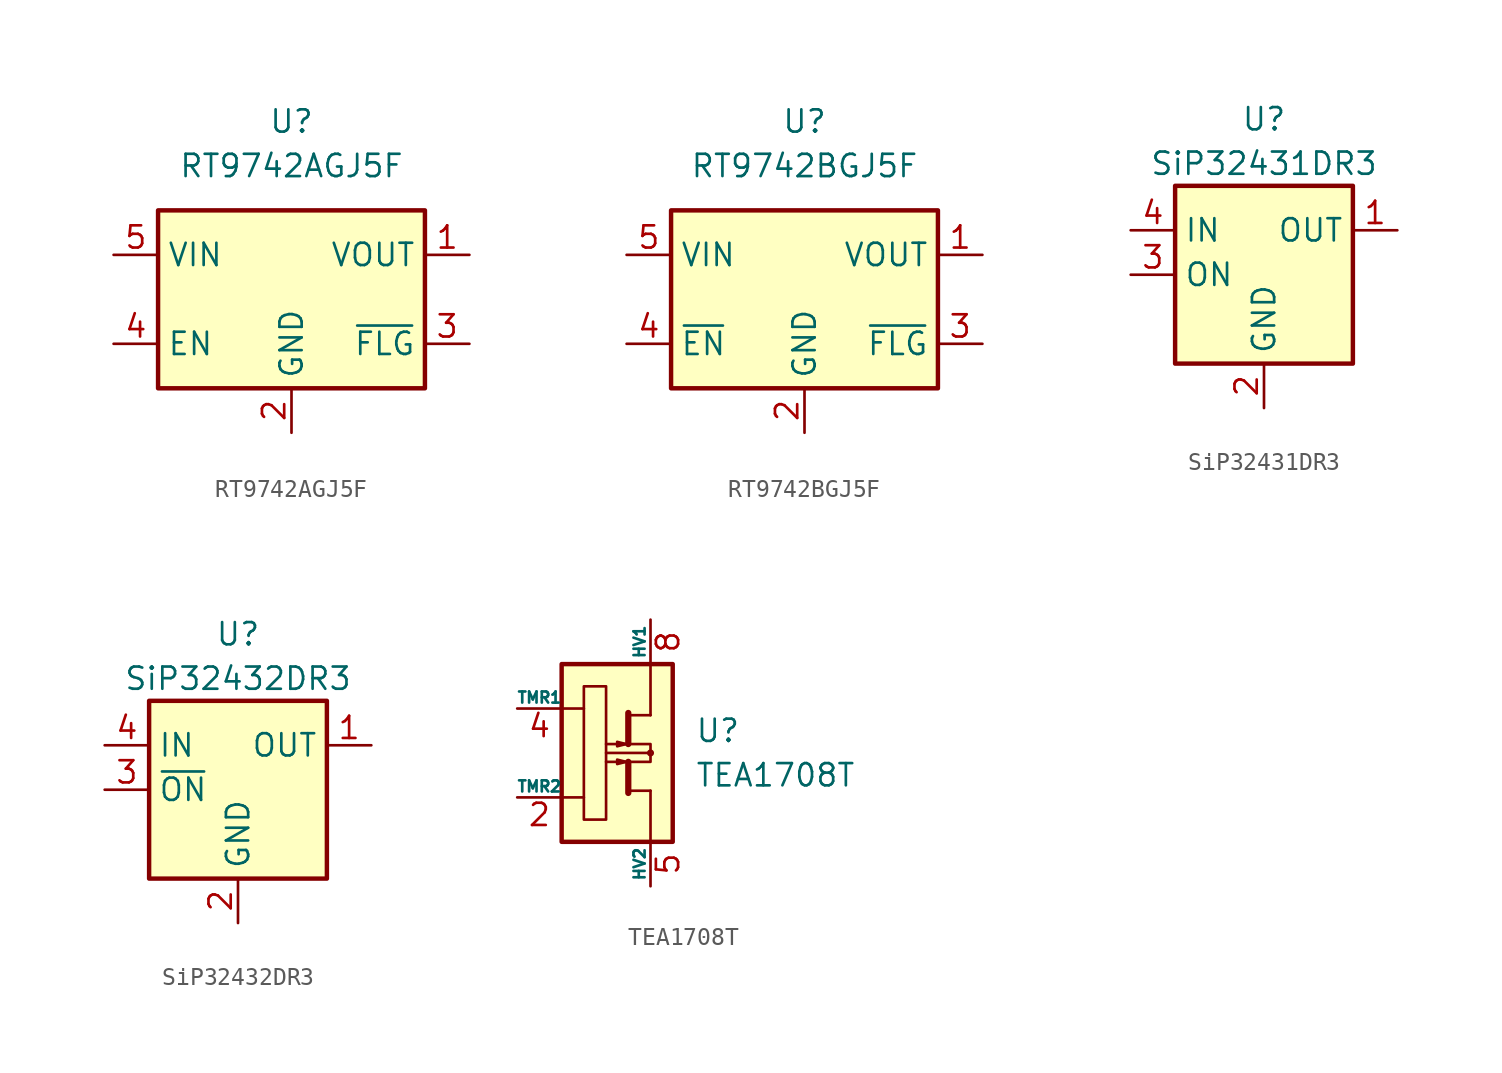
<source format=kicad_sym>
(kicad_symbol_lib
  (version 20211014)
  (generator kicad_symbol_editor)
  (symbol "RT9742AGJ5F"
    (property "Reference" "U"
      (at 0 10.16 0)
      (effects (font (size 1.27 1.27))))
    (property "Value" "RT9742AGJ5F"
      (at 0 7.62 0)
      (effects (font (size 1.27 1.27))))
    (symbol "RT9742AGJ5F_0_1"
      (rectangle (start -7.62 5.08) (end 7.62 -5.08) (stroke (width 0.254) (type default) (color 0 0 0 0)) (fill (type background))))
    (symbol "RT9742AGJ5F_1_1"
      (pin power_out line (at 10.16 2.54 180) (length 2.54) (name "VOUT" (effects (font (size 1.27 1.27)))) (number "1" (effects (font (size 1.27 1.27)))))
      (pin power_in line (at 0 -7.62 90) (length 2.54) (name "GND" (effects (font (size 1.27 1.27)))) (number "2" (effects (font (size 1.27 1.27)))))
      (pin open_collector line (at 10.16 -2.54 180) (length 2.54) (name "~{FLG}" (effects (font (size 1.27 1.27)))) (number "3" (effects (font (size 1.27 1.27)))))
      (pin input line (at -10.16 -2.54 0) (length 2.54) (name "EN" (effects (font (size 1.27 1.27)))) (number "4" (effects (font (size 1.27 1.27)))))
      (pin power_in line (at -10.16 2.54 0) (length 2.54) (name "VIN" (effects (font (size 1.27 1.27)))) (number "5" (effects (font (size 1.27 1.27)))))))
  (symbol "RT9742BGJ5F"
    (property "Reference" "U"
      (at 0 10.16 0)
      (effects (font (size 1.27 1.27))))
    (property "Value" "RT9742BGJ5F"
      (at 0 7.62 0)
      (effects (font (size 1.27 1.27))))
    (symbol "RT9742BGJ5F_0_1"
      (rectangle (start -7.62 5.08) (end 7.62 -5.08) (stroke (width 0.254) (type default) (color 0 0 0 0)) (fill (type background))))
    (symbol "RT9742BGJ5F_1_1"
      (pin power_out line (at 10.16 2.54 180) (length 2.54) (name "VOUT" (effects (font (size 1.27 1.27)))) (number "1" (effects (font (size 1.27 1.27)))))
      (pin power_in line (at 0 -7.62 90) (length 2.54) (name "GND" (effects (font (size 1.27 1.27)))) (number "2" (effects (font (size 1.27 1.27)))))
      (pin open_collector line (at 10.16 -2.54 180) (length 2.54) (name "~{FLG}" (effects (font (size 1.27 1.27)))) (number "3" (effects (font (size 1.27 1.27)))))
      (pin input line (at -10.16 -2.54 0) (length 2.54) (name "~{EN}" (effects (font (size 1.27 1.27)))) (number "4" (effects (font (size 1.27 1.27)))))
      (pin power_in line (at -10.16 2.54 0) (length 2.54) (name "VIN" (effects (font (size 1.27 1.27)))) (number "5" (effects (font (size 1.27 1.27)))))))
  (symbol "SiP32431DR3"
    (property "Reference" "U"
      (at 0 8.89 0)
      (effects (font (size 1.27 1.27))))
    (property "Value" "SiP32431DR3"
      (at 0 6.35 0)
      (effects (font (size 1.27 1.27))))
    (symbol "SiP32431DR3_0_1"
      (rectangle (start -5.08 5.08) (end 5.08 -5.08) (stroke (width 0.254) (type default) (color 0 0 0 0)) (fill (type background))))
    (symbol "SiP32431DR3_1_1"
      (pin passive line (at 7.62 2.54 180) (length 2.54) (name "OUT" (effects (font (size 1.27 1.27)))) (number "1" (effects (font (size 1.27 1.27)))))
      (pin power_in line (at 0 -7.62 90) (length 2.54) (name "GND" (effects (font (size 1.27 1.27)))) (number "2" (effects (font (size 1.27 1.27)))))
      (pin input line (at -7.62 0 0) (length 2.54) (name "ON" (effects (font (size 1.27 1.27)))) (number "3" (effects (font (size 1.27 1.27)))))
      (pin passive line (at -7.62 2.54 0) (length 2.54) (name "IN" (effects (font (size 1.27 1.27)))) (number "4" (effects (font (size 1.27 1.27)))))
      (pin passive line (at 0 -7.62 90) (length 2.54) hide (name "GND" (effects (font (size 1.27 1.27)))) (number "5" (effects (font (size 1.27 1.27)))))
      (pin no_connect line (at 5.08 0 180) (length 2.54) hide (name "NC" (effects (font (size 1.27 1.27)))) (number "6" (effects (font (size 1.27 1.27)))))))
  (symbol "SiP32432DR3"
    (property "Reference" "U"
      (at 0 8.89 0)
      (effects (font (size 1.27 1.27))))
    (property "Value" "SiP32432DR3"
      (at 0 6.35 0)
      (effects (font (size 1.27 1.27))))
    (symbol "SiP32432DR3_0_1"
      (rectangle (start -5.08 5.08) (end 5.08 -5.08) (stroke (width 0.254) (type default) (color 0 0 0 0)) (fill (type background))))
    (symbol "SiP32432DR3_1_1"
      (pin passive line (at 7.62 2.54 180) (length 2.54) (name "OUT" (effects (font (size 1.27 1.27)))) (number "1" (effects (font (size 1.27 1.27)))))
      (pin power_in line (at 0 -7.62 90) (length 2.54) (name "GND" (effects (font (size 1.27 1.27)))) (number "2" (effects (font (size 1.27 1.27)))))
      (pin input line (at -7.62 0 0) (length 2.54) (name "~{ON}" (effects (font (size 1.27 1.27)))) (number "3" (effects (font (size 1.27 1.27)))))
      (pin passive line (at -7.62 2.54 0) (length 2.54) (name "IN" (effects (font (size 1.27 1.27)))) (number "4" (effects (font (size 1.27 1.27)))))
      (pin passive line (at 0 -7.62 90) (length 2.54) hide (name "GND" (effects (font (size 1.27 1.27)))) (number "5" (effects (font (size 1.27 1.27)))))
      (pin no_connect line (at 5.08 0 180) (length 2.54) hide (name "NC" (effects (font (size 1.27 1.27)))) (number "6" (effects (font (size 1.27 1.27)))))))
  (symbol "TEA1708T"
    (pin_names
      (offset 0))
    (property "Reference" "U"
      (at 5.08 1.27 0)
      (effects (font (size 1.27 1.27)) (justify left)))
    (property "Value" "TEA1708T"
      (at 5.08 -1.27 0)
      (effects (font (size 1.27 1.27)) (justify left)))
    (symbol "TEA1708T_0_1"
      (rectangle (start -2.54 5.08) (end 3.81 -5.08) (stroke (width 0.254) (type default) (color 0 0 0 0)) (fill (type background)))
      (rectangle (start -1.27 3.81) (end 0 -3.81) (stroke (width 0) (type default) (color 0 0 0 0)) (fill (type none)))
      (polyline (pts (xy -2.54 2.54) (xy -1.27 2.54)) (stroke (width 0) (type default) (color 0 0 0 0)) (fill (type none)))
      (polyline (pts (xy -1.27 -2.54) (xy -2.54 -2.54)) (stroke (width 0) (type default) (color 0 0 0 0)) (fill (type none)))
      (polyline (pts (xy 1.27 -2.159) (xy 2.54 -2.159)) (stroke (width 0) (type default) (color 0 0 0 0)) (fill (type none)))
      (polyline (pts (xy 1.27 2.159) (xy 2.54 2.159)) (stroke (width 0) (type default) (color 0 0 0 0)) (fill (type none)))
      (polyline (pts (xy 2.413 0) (xy 0 0)) (stroke (width 0) (type default) (color 0 0 0 0)) (fill (type none)))
      (polyline (pts (xy 2.54 2.159) (xy 2.54 5.08)) (stroke (width 0) (type default) (color 0 0 0 0)) (fill (type none)))
      (polyline (pts (xy 1.27 -0.508) (xy 1.27 -2.286) (xy 1.27 -2.286)) (stroke (width 0.356) (type default) (color 0 0 0 0)) (fill (type none)))
      (polyline (pts (xy 1.27 2.286) (xy 1.27 0.508) (xy 1.27 2.032)) (stroke (width 0.356) (type default) (color 0 0 0 0)) (fill (type none)))
      (polyline (pts (xy 2.54 -2.159) (xy 2.54 -5.08) (xy 2.54 -3.175)) (stroke (width 0) (type default) (color 0 0 0 0)) (fill (type none)))
      (polyline (pts (xy 0 0.508) (xy 2.54 0.508) (xy 2.54 -0.508) (xy 0 -0.508)) (stroke (width 0) (type default) (color 0 0 0 0)) (fill (type none)))
      (circle (center 2.54 0) (radius 0.127) (stroke (width 0) (type default) (color 0 0 0 0)) (fill (type none))))
    (symbol "TEA1708T_1_1"
      (polyline (pts (xy 1.143 -0.508) (xy 0.635 -0.635) (xy 0.635 -0.381) (xy 1.143 -0.508)) (stroke (width 0) (type default) (color 0 0 0 0)) (fill (type none)))
      (polyline (pts (xy 1.143 0.508) (xy 0.635 0.381) (xy 0.635 0.635) (xy 1.143 0.508)) (stroke (width 0) (type default) (color 0 0 0 0)) (fill (type none)))
      (pin no_connect line (at -2.54 5.08 0) (length 2.54) hide (name "NC" (effects (font (size 1.27 1.27)))) (number "1" (effects (font (size 1.27 1.27)))))
      (pin passive line (at -5.08 -2.54 0) (length 2.54) (name "TMR2" (effects (font (size 0.635 0.635)))) (number "2" (effects (font (size 1.27 1.27)))))
      (pin no_connect line (at -2.54 2.54 0) (length 2.54) hide (name "NC" (effects (font (size 1.27 1.27)))) (number "3" (effects (font (size 1.27 1.27)))))
      (pin passive line (at -5.08 2.54 0) (length 2.54) (name "TMR1" (effects (font (size 0.635 0.635)))) (number "4" (effects (font (size 1.27 1.27)))))
      (pin passive line (at 2.54 -7.62 90) (length 2.54) (name "HV2" (effects (font (size 0.635 0.635)))) (number "5" (effects (font (size 1.27 1.27)))))
      (pin no_connect line (at -2.54 -2.54 0) (length 2.54) hide (name "NC" (effects (font (size 1.27 1.27)))) (number "6" (effects (font (size 1.27 1.27)))))
      (pin no_connect line (at -2.54 -5.08 0) (length 2.54) hide (name "NC" (effects (font (size 1.27 1.27)))) (number "7" (effects (font (size 1.27 1.27)))))
      (pin passive line (at 2.54 7.62 270) (length 2.54) (name "HV1" (effects (font (size 0.635 0.635)))) (number "8" (effects (font (size 1.27 1.27))))))))
</source>
